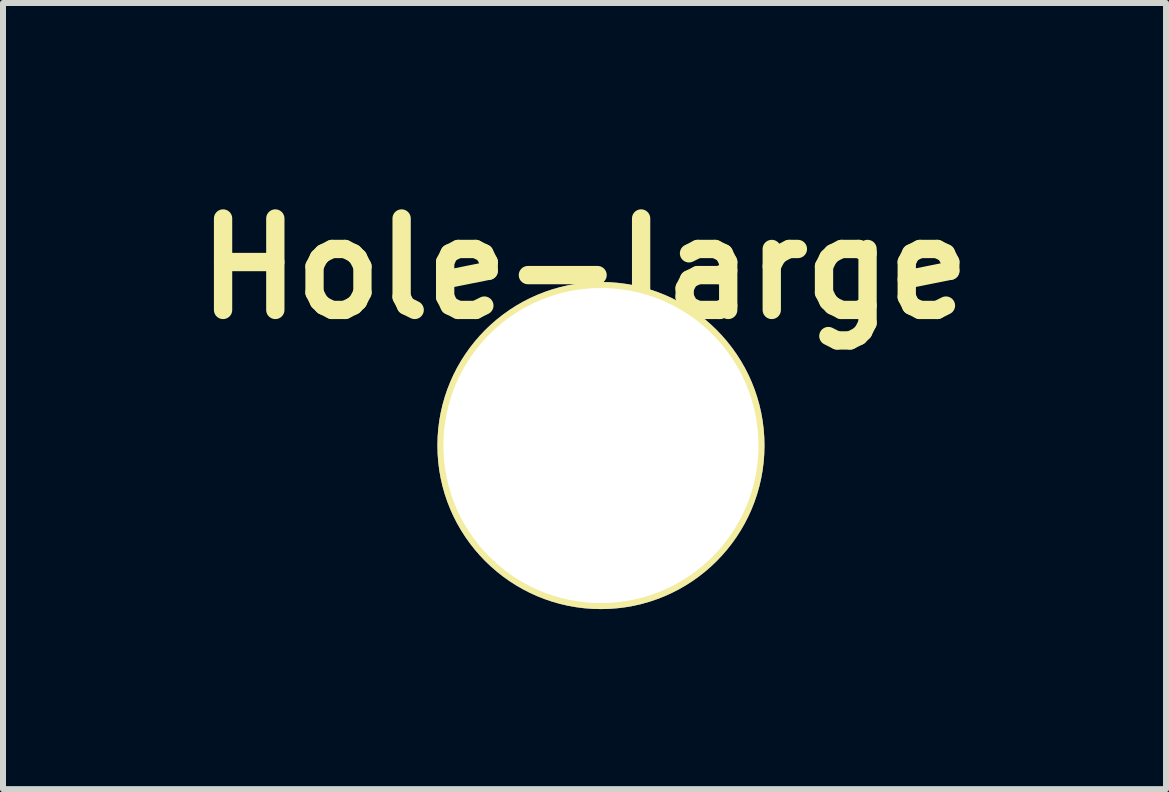
<source format=kicad_pcb>
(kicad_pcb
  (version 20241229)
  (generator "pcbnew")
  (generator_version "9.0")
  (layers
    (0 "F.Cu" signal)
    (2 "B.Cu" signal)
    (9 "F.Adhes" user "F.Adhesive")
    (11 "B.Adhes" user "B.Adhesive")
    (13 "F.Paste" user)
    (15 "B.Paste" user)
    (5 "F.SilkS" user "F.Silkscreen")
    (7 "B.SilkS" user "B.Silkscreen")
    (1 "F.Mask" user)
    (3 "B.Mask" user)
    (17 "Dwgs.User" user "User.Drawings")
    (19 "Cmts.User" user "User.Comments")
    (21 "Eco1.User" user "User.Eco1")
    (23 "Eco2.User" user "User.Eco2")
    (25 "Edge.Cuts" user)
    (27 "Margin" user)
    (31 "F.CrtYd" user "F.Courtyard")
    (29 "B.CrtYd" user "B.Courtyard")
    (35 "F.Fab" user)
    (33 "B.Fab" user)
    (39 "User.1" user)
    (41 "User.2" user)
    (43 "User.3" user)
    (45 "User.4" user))
  (footprint "Hole-large"
    (layer "F.Cu")
    (at 6.965 4.375)
    (property "Reference" "Hole-large" (at -0.274 -2.949 0) (layer "F.SilkS") (effects (font (size 1.524 1.524) (thickness 0.305))))
    (attr through_hole)
    (pad "H1" thru_hole circle (at 0 0) (size 5.451 5.451) (drill 5.25) (layers "*.Cu" "*.Mask" "F.SilkS")))
  (gr_rect
    (start -3 -3)
    (end 16.382 10.101)
    (stroke (width 0.1) (type default))
    (fill no)
    (layer "Edge.Cuts")))
</source>
